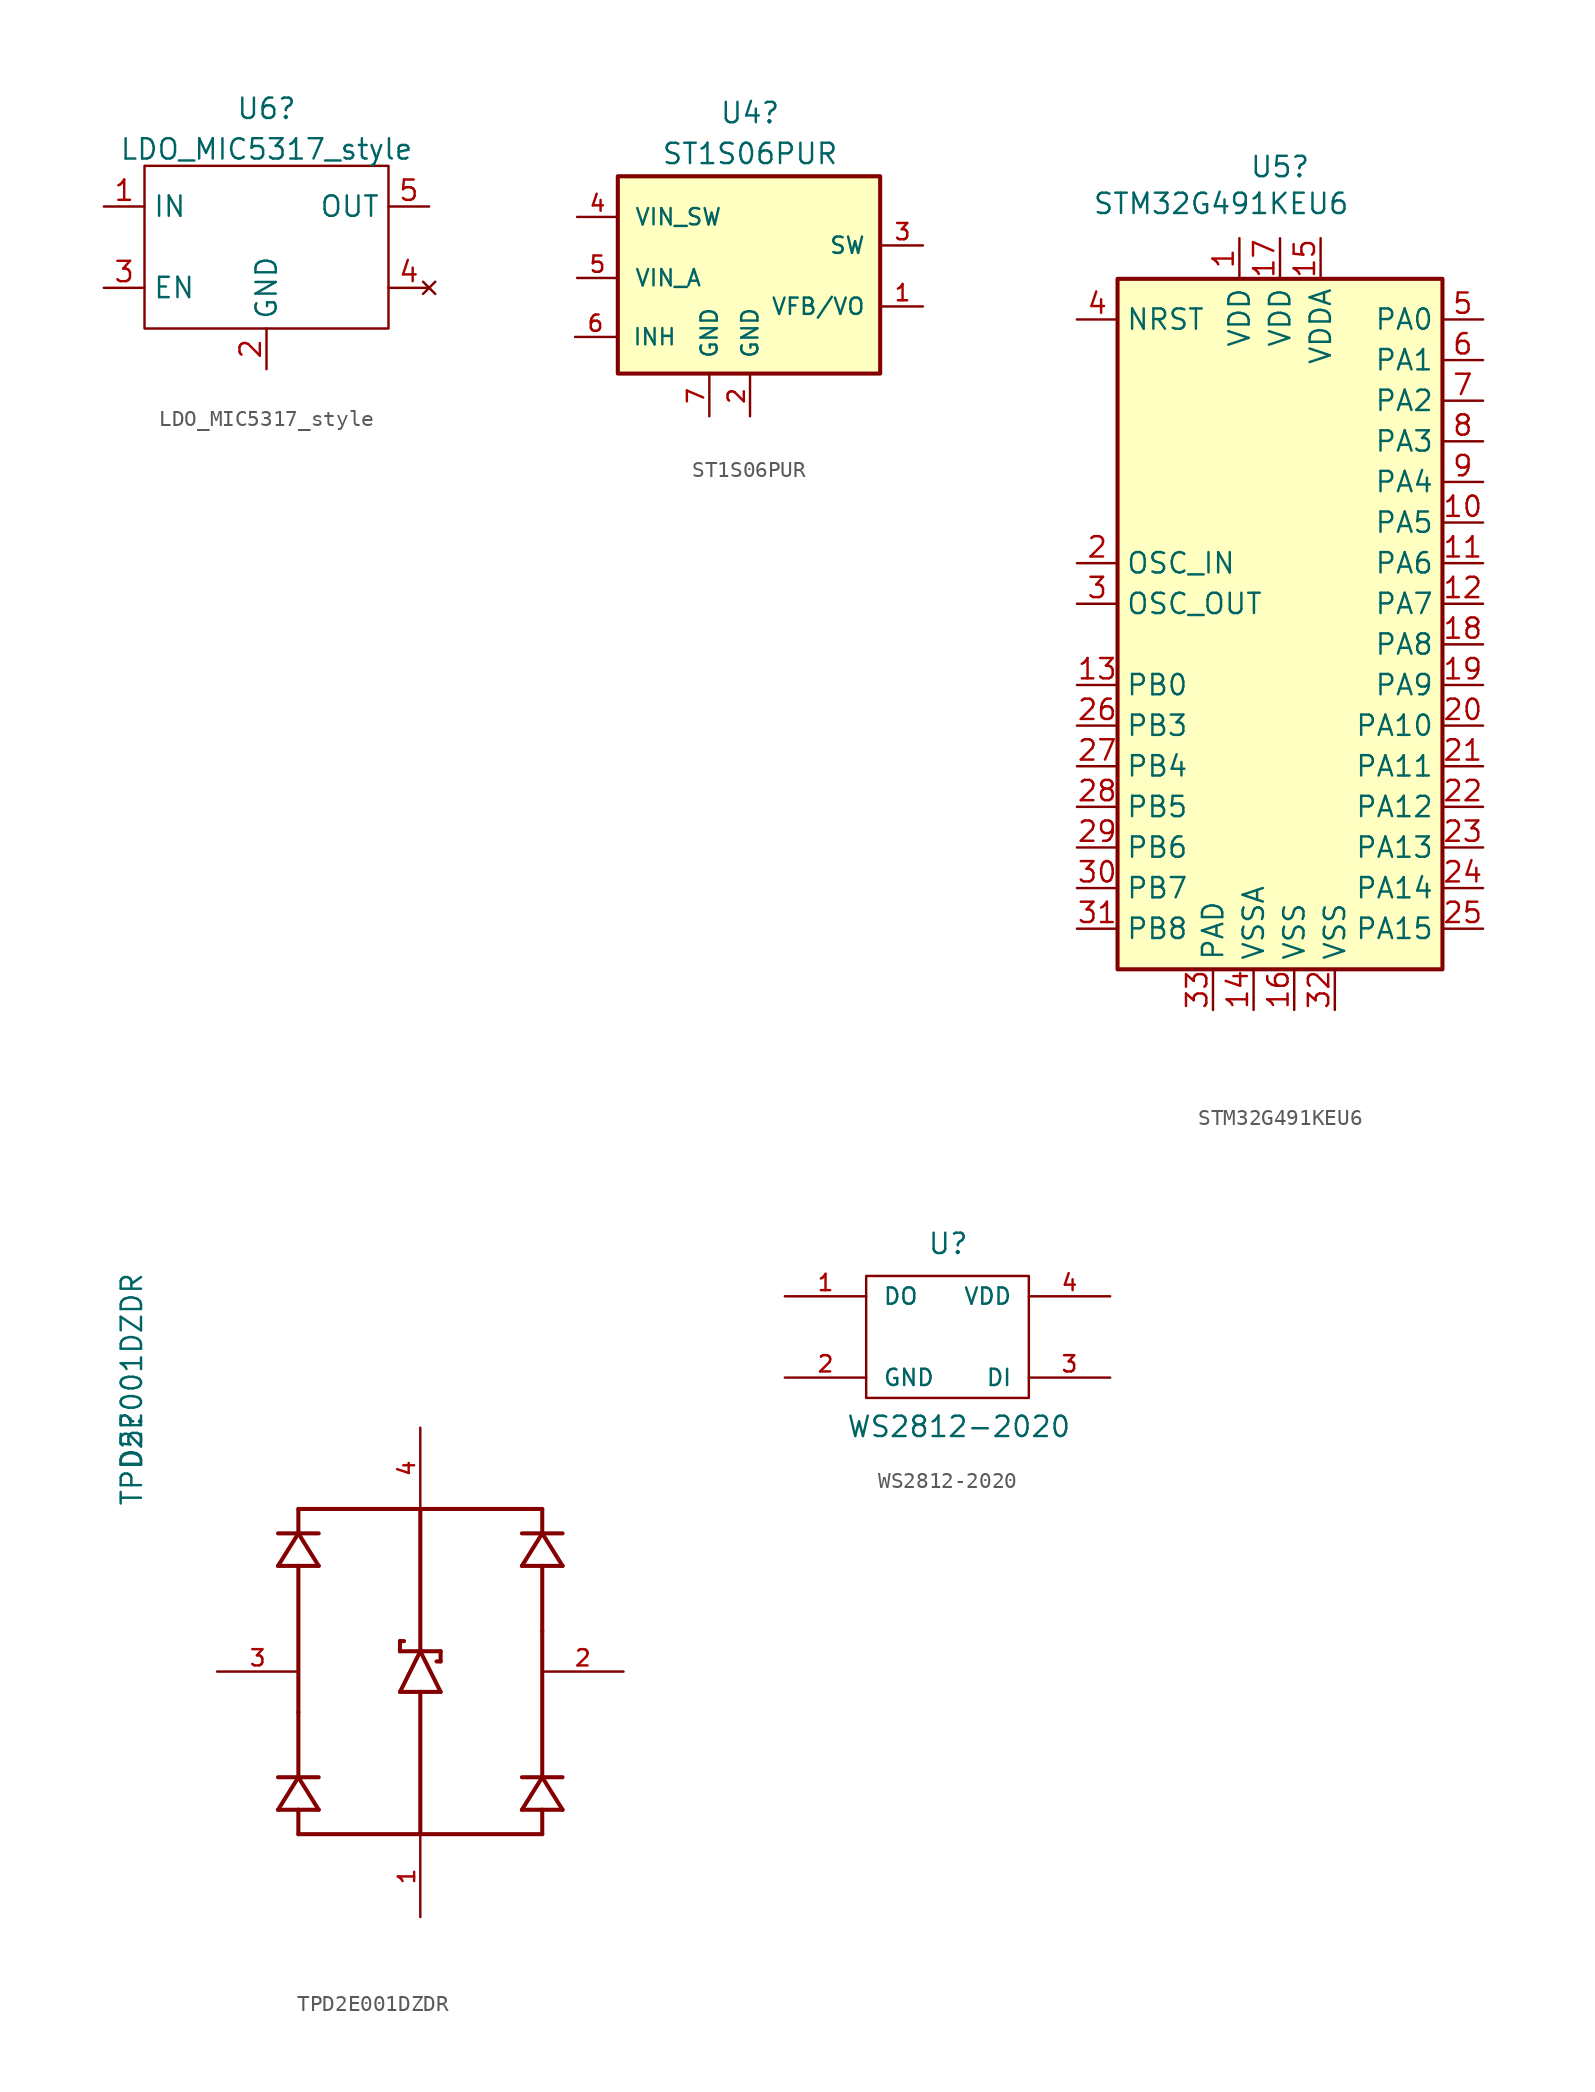
<source format=kicad_sym>
(kicad_symbol_lib
  (version 20211014)
  (generator kicad_symbol_editor)
  (symbol "LDO_MIC5317_style"
    (property "Reference" "U6"
      (at 0 8.653 0)
      (effects (font (size 1.27 1.27))))
    (property "Value" "LDO_MIC5317_style"
      (at 0 6.116 0)
      (effects (font (size 1.27 1.27))))
    (symbol "LDO_MIC5317_style_0_1"
      (rectangle (start -7.62 5.08) (end 7.62 -5.08) (stroke (width 0) (type default) (color 0 0 0 0)) (fill (type none))))
    (symbol "LDO_MIC5317_style_1_1"
      (pin input line (at -10.16 2.54 0) (length 2.54) (name "IN" (effects (font (size 1.27 1.27)))) (number "1" (effects (font (size 1.27 1.27)))))
      (pin passive line (at 0 -7.62 90) (length 2.54) (name "GND" (effects (font (size 1.27 1.27)))) (number "2" (effects (font (size 1.27 1.27)))))
      (pin input line (at -10.16 -2.54 0) (length 2.54) (name "EN" (effects (font (size 1.27 1.27)))) (number "3" (effects (font (size 1.27 1.27)))))
      (pin no_connect line (at 10.16 -2.54 180) (length 2.54) (name "" (effects (font (size 1.27 1.27)))) (number "4" (effects (font (size 1.27 1.27)))))
      (pin output line (at 10.16 2.54 180) (length 2.54) (name "OUT" (effects (font (size 1.27 1.27)))) (number "5" (effects (font (size 1.27 1.27)))))))
  (symbol "ST1S06PUR"
    (pin_names
      (offset 1.016))
    (property "Reference" "U4"
      (at 0 10.179 0)
      (effects (font (size 1.27 1.27))))
    (property "Value" "ST1S06PUR"
      (at 0 7.627 0)
      (effects (font (size 1.27 1.27))))
    (property "ki_locked" ""
      (at 0 0 0)
      (effects (font (size 1.27 1.27))))
    (symbol "ST1S06PUR_0_0"
      (rectangle (start -8.255 6.223) (end 8.128 -6.096) (stroke (width 0.254) (type default) (color 0 0 0 0)) (fill (type background)))
      (pin output line (at 10.795 -1.905 180) (length 2.54) (name "VFB/VO" (effects (font (size 1.016 1.016)))) (number "1" (effects (font (size 1.016 1.016)))))
      (pin power_in line (at 0 -8.763 90) (length 2.54) (name "GND" (effects (font (size 1.016 1.016)))) (number "2" (effects (font (size 1.016 1.016)))))
      (pin input line (at 10.795 1.905 180) (length 2.54) (name "SW" (effects (font (size 1.016 1.016)))) (number "3" (effects (font (size 1.016 1.016)))))
      (pin power_in line (at -10.795 3.683 0) (length 2.54) (name "VIN_SW" (effects (font (size 1.016 1.016)))) (number "4" (effects (font (size 1.016 1.016)))))
      (pin power_in line (at -10.795 -0.127 0) (length 2.54) (name "VIN_A" (effects (font (size 1.016 1.016)))) (number "5" (effects (font (size 1.016 1.016)))))
      (pin power_in line (at -10.922 -3.81 0) (length 2.54) (name "INH" (effects (font (size 1.016 1.016)))) (number "6" (effects (font (size 1.016 1.016)))))
      (pin power_in line (at -2.54 -8.763 90) (length 2.54) (name "GND" (effects (font (size 1.016 1.016)))) (number "7" (effects (font (size 1.016 1.016)))))))
  (symbol "STM32G491KEU6"
    (property "Reference" "U5"
      (at 0 27.324 0)
      (effects (font (size 1.27 1.27))))
    (property "Value" "STM32G491KEU6"
      (at -3.683 25.019 0)
      (effects (font (size 1.27 1.27))))
    (symbol "STM32G491KEU6_0_1"
      (rectangle (start -10.16 -22.86) (end 10.16 20.32) (stroke (width 0.254) (type default) (color 0 0 0 0)) (fill (type background))))
    (symbol "STM32G491KEU6_1_1"
      (pin power_in line (at -2.54 22.86 270) (length 2.54) (name "VDD" (effects (font (size 1.27 1.27)))) (number "1" (effects (font (size 1.27 1.27)))))
      (pin bidirectional line (at 12.7 5.08 180) (length 2.54) (name "PA5" (effects (font (size 1.27 1.27)))) (number "10" (effects (font (size 1.27 1.27)))))
      (pin bidirectional line (at 12.7 2.54 180) (length 2.54) (name "PA6" (effects (font (size 1.27 1.27)))) (number "11" (effects (font (size 1.27 1.27)))))
      (pin bidirectional line (at 12.7 0 180) (length 2.54) (name "PA7" (effects (font (size 1.27 1.27)))) (number "12" (effects (font (size 1.27 1.27)))))
      (pin bidirectional line (at -12.7 -5.08 0) (length 2.54) (name "PB0" (effects (font (size 1.27 1.27)))) (number "13" (effects (font (size 1.27 1.27)))))
      (pin power_in line (at -1.651 -25.4 90) (length 2.54) (name "VSSA" (effects (font (size 1.27 1.27)))) (number "14" (effects (font (size 1.27 1.27)))))
      (pin power_in line (at 2.54 22.86 270) (length 2.54) (name "VDDA" (effects (font (size 1.27 1.27)))) (number "15" (effects (font (size 1.27 1.27)))))
      (pin power_in line (at 0.889 -25.4 90) (length 2.54) (name "VSS" (effects (font (size 1.27 1.27)))) (number "16" (effects (font (size 1.27 1.27)))))
      (pin power_in line (at 0 22.86 270) (length 2.54) (name "VDD" (effects (font (size 1.27 1.27)))) (number "17" (effects (font (size 1.27 1.27)))))
      (pin bidirectional line (at 12.7 -2.54 180) (length 2.54) (name "PA8" (effects (font (size 1.27 1.27)))) (number "18" (effects (font (size 1.27 1.27)))))
      (pin bidirectional line (at 12.7 -5.08 180) (length 2.54) (name "PA9" (effects (font (size 1.27 1.27)))) (number "19" (effects (font (size 1.27 1.27)))))
      (pin bidirectional line (at -12.7 2.54 0) (length 2.54) (name "OSC_IN" (effects (font (size 1.27 1.27)))) (number "2" (effects (font (size 1.27 1.27)))))
      (pin bidirectional line (at 12.7 -7.62 180) (length 2.54) (name "PA10" (effects (font (size 1.27 1.27)))) (number "20" (effects (font (size 1.27 1.27)))))
      (pin bidirectional line (at 12.7 -10.16 180) (length 2.54) (name "PA11" (effects (font (size 1.27 1.27)))) (number "21" (effects (font (size 1.27 1.27)))))
      (pin bidirectional line (at 12.7 -12.7 180) (length 2.54) (name "PA12" (effects (font (size 1.27 1.27)))) (number "22" (effects (font (size 1.27 1.27)))))
      (pin bidirectional line (at 12.7 -15.24 180) (length 2.54) (name "PA13" (effects (font (size 1.27 1.27)))) (number "23" (effects (font (size 1.27 1.27)))))
      (pin bidirectional line (at 12.7 -17.78 180) (length 2.54) (name "PA14" (effects (font (size 1.27 1.27)))) (number "24" (effects (font (size 1.27 1.27)))))
      (pin bidirectional line (at 12.7 -20.32 180) (length 2.54) (name "PA15" (effects (font (size 1.27 1.27)))) (number "25" (effects (font (size 1.27 1.27)))))
      (pin bidirectional line (at -12.7 -7.62 0) (length 2.54) (name "PB3" (effects (font (size 1.27 1.27)))) (number "26" (effects (font (size 1.27 1.27)))))
      (pin bidirectional line (at -12.7 -10.16 0) (length 2.54) (name "PB4" (effects (font (size 1.27 1.27)))) (number "27" (effects (font (size 1.27 1.27)))))
      (pin bidirectional line (at -12.7 -12.7 0) (length 2.54) (name "PB5" (effects (font (size 1.27 1.27)))) (number "28" (effects (font (size 1.27 1.27)))))
      (pin bidirectional line (at -12.7 -15.24 0) (length 2.54) (name "PB6" (effects (font (size 1.27 1.27)))) (number "29" (effects (font (size 1.27 1.27)))))
      (pin bidirectional line (at -12.7 0 0) (length 2.54) (name "OSC_OUT" (effects (font (size 1.27 1.27)))) (number "3" (effects (font (size 1.27 1.27)))))
      (pin bidirectional line (at -12.7 -17.78 0) (length 2.54) (name "PB7" (effects (font (size 1.27 1.27)))) (number "30" (effects (font (size 1.27 1.27)))))
      (pin bidirectional line (at -12.7 -20.32 0) (length 2.54) (name "PB8" (effects (font (size 1.27 1.27)))) (number "31" (effects (font (size 1.27 1.27)))))
      (pin power_in line (at 3.429 -25.4 90) (length 2.54) (name "VSS" (effects (font (size 1.27 1.27)))) (number "32" (effects (font (size 1.27 1.27)))))
      (pin power_in line (at -4.191 -25.4 90) (length 2.54) (name "PAD" (effects (font (size 1.27 1.27)))) (number "33" (effects (font (size 1.27 1.27)))))
      (pin input line (at -12.7 17.78 0) (length 2.54) (name "NRST" (effects (font (size 1.27 1.27)))) (number "4" (effects (font (size 1.27 1.27)))))
      (pin bidirectional line (at 12.7 17.78 180) (length 2.54) (name "PA0" (effects (font (size 1.27 1.27)))) (number "5" (effects (font (size 1.27 1.27)))))
      (pin bidirectional line (at 12.7 15.24 180) (length 2.54) (name "PA1" (effects (font (size 1.27 1.27)))) (number "6" (effects (font (size 1.27 1.27)))))
      (pin bidirectional line (at 12.7 12.7 180) (length 2.54) (name "PA2" (effects (font (size 1.27 1.27)))) (number "7" (effects (font (size 1.27 1.27)))))
      (pin bidirectional line (at 12.7 10.16 180) (length 2.54) (name "PA3" (effects (font (size 1.27 1.27)))) (number "8" (effects (font (size 1.27 1.27)))))
      (pin bidirectional line (at 12.7 7.62 180) (length 2.54) (name "PA4" (effects (font (size 1.27 1.27)))) (number "9" (effects (font (size 1.27 1.27)))))))
  (symbol "TPD2E001DZDR"
    (pin_names
      (offset 1.016) hide)
    (property "Reference" "D5"
      (at -18.034 12.579 90)
      (effects (font (size 1.27 1.27)) (justify left)))
    (property "Value" "TPD2E001DZDR"
      (at -18.034 10.281 90)
      (effects (font (size 1.27 1.27)) (justify left)))
    (property "ki_locked" ""
      (at 0 0 0)
      (effects (font (size 1.27 1.27))))
    (symbol "TPD2E001DZDR_0_0"
      (polyline (pts (xy -8.89 -8.636) (xy -7.62 -8.636)) (stroke (width 0.254) (type default) (color 0 0 0 0)) (fill (type none)))
      (polyline (pts (xy -8.89 -6.604) (xy -7.62 -6.604)) (stroke (width 0.254) (type default) (color 0 0 0 0)) (fill (type none)))
      (polyline (pts (xy -8.89 6.604) (xy -7.62 6.604)) (stroke (width 0.254) (type default) (color 0 0 0 0)) (fill (type none)))
      (polyline (pts (xy -8.89 8.636) (xy -7.62 8.636)) (stroke (width 0.254) (type default) (color 0 0 0 0)) (fill (type none)))
      (polyline (pts (xy -7.62 -10.16) (xy -7.62 -8.636)) (stroke (width 0.254) (type default) (color 0 0 0 0)) (fill (type none)))
      (polyline (pts (xy -7.62 -10.16) (xy 0 -10.16)) (stroke (width 0.254) (type default) (color 0 0 0 0)) (fill (type none)))
      (polyline (pts (xy -7.62 -8.636) (xy -6.35 -8.636)) (stroke (width 0.254) (type default) (color 0 0 0 0)) (fill (type none)))
      (polyline (pts (xy -7.62 -6.604) (xy -8.89 -8.636)) (stroke (width 0.254) (type default) (color 0 0 0 0)) (fill (type none)))
      (polyline (pts (xy -7.62 -6.604) (xy -6.35 -6.604)) (stroke (width 0.254) (type default) (color 0 0 0 0)) (fill (type none)))
      (polyline (pts (xy -7.62 -2.54) (xy -7.62 -6.604)) (stroke (width 0.254) (type default) (color 0 0 0 0)) (fill (type none)))
      (polyline (pts (xy -7.62 6.604) (xy -7.62 -2.54)) (stroke (width 0.254) (type default) (color 0 0 0 0)) (fill (type none)))
      (polyline (pts (xy -7.62 6.604) (xy -6.35 6.604)) (stroke (width 0.254) (type default) (color 0 0 0 0)) (fill (type none)))
      (polyline (pts (xy -7.62 8.636) (xy -8.89 6.604)) (stroke (width 0.254) (type default) (color 0 0 0 0)) (fill (type none)))
      (polyline (pts (xy -7.62 8.636) (xy -7.62 10.16)) (stroke (width 0.254) (type default) (color 0 0 0 0)) (fill (type none)))
      (polyline (pts (xy -7.62 8.636) (xy -6.35 8.636)) (stroke (width 0.254) (type default) (color 0 0 0 0)) (fill (type none)))
      (polyline (pts (xy -7.62 10.16) (xy 0 10.16)) (stroke (width 0.254) (type default) (color 0 0 0 0)) (fill (type none)))
      (polyline (pts (xy -6.35 -8.636) (xy -7.62 -6.604)) (stroke (width 0.254) (type default) (color 0 0 0 0)) (fill (type none)))
      (polyline (pts (xy -6.35 6.604) (xy -7.62 8.636)) (stroke (width 0.254) (type default) (color 0 0 0 0)) (fill (type none)))
      (polyline (pts (xy -1.27 -1.27) (xy 0 -1.27)) (stroke (width 0.254) (type default) (color 0 0 0 0)) (fill (type none)))
      (polyline (pts (xy -1.27 1.27) (xy 0 1.27)) (stroke (width 0.254) (type default) (color 0 0 0 0)) (fill (type none)))
      (polyline (pts (xy -1.27 1.905) (xy -1.27 1.27)) (stroke (width 0.254) (type default) (color 0 0 0 0)) (fill (type none)))
      (polyline (pts (xy -1.27 1.905) (xy -1.016 1.905)) (stroke (width 0.254) (type default) (color 0 0 0 0)) (fill (type none)))
      (polyline (pts (xy 0 -10.16) (xy 7.62 -10.16)) (stroke (width 0.254) (type default) (color 0 0 0 0)) (fill (type none)))
      (polyline (pts (xy 0 -1.27) (xy 0 -10.16)) (stroke (width 0.254) (type default) (color 0 0 0 0)) (fill (type none)))
      (polyline (pts (xy 0 -1.27) (xy 1.27 -1.27)) (stroke (width 0.254) (type default) (color 0 0 0 0)) (fill (type none)))
      (polyline (pts (xy 0 1.27) (xy -1.27 -1.27)) (stroke (width 0.254) (type default) (color 0 0 0 0)) (fill (type none)))
      (polyline (pts (xy 0 1.27) (xy 0 10.16)) (stroke (width 0.254) (type default) (color 0 0 0 0)) (fill (type none)))
      (polyline (pts (xy 0 1.27) (xy 1.27 1.27)) (stroke (width 0.254) (type default) (color 0 0 0 0)) (fill (type none)))
      (polyline (pts (xy 0 10.16) (xy 7.62 10.16)) (stroke (width 0.254) (type default) (color 0 0 0 0)) (fill (type none)))
      (polyline (pts (xy 1.016 0.635) (xy 1.27 0.635)) (stroke (width 0.254) (type default) (color 0 0 0 0)) (fill (type none)))
      (polyline (pts (xy 1.27 -1.27) (xy 0 1.27)) (stroke (width 0.254) (type default) (color 0 0 0 0)) (fill (type none)))
      (polyline (pts (xy 1.27 1.27) (xy 1.27 0.635)) (stroke (width 0.254) (type default) (color 0 0 0 0)) (fill (type none)))
      (polyline (pts (xy 6.35 -8.636) (xy 7.62 -8.636)) (stroke (width 0.254) (type default) (color 0 0 0 0)) (fill (type none)))
      (polyline (pts (xy 6.35 -6.604) (xy 7.62 -6.604)) (stroke (width 0.254) (type default) (color 0 0 0 0)) (fill (type none)))
      (polyline (pts (xy 6.35 6.604) (xy 7.62 6.604)) (stroke (width 0.254) (type default) (color 0 0 0 0)) (fill (type none)))
      (polyline (pts (xy 6.35 8.636) (xy 7.62 8.636)) (stroke (width 0.254) (type default) (color 0 0 0 0)) (fill (type none)))
      (polyline (pts (xy 7.62 -10.16) (xy 7.62 -8.636)) (stroke (width 0.254) (type default) (color 0 0 0 0)) (fill (type none)))
      (polyline (pts (xy 7.62 -8.636) (xy 8.89 -8.636)) (stroke (width 0.254) (type default) (color 0 0 0 0)) (fill (type none)))
      (polyline (pts (xy 7.62 -6.604) (xy 6.35 -8.636)) (stroke (width 0.254) (type default) (color 0 0 0 0)) (fill (type none)))
      (polyline (pts (xy 7.62 -6.604) (xy 7.62 2.54)) (stroke (width 0.254) (type default) (color 0 0 0 0)) (fill (type none)))
      (polyline (pts (xy 7.62 -6.604) (xy 8.89 -6.604)) (stroke (width 0.254) (type default) (color 0 0 0 0)) (fill (type none)))
      (polyline (pts (xy 7.62 2.54) (xy 7.62 6.604)) (stroke (width 0.254) (type default) (color 0 0 0 0)) (fill (type none)))
      (polyline (pts (xy 7.62 6.604) (xy 8.89 6.604)) (stroke (width 0.254) (type default) (color 0 0 0 0)) (fill (type none)))
      (polyline (pts (xy 7.62 8.636) (xy 6.35 6.604)) (stroke (width 0.254) (type default) (color 0 0 0 0)) (fill (type none)))
      (polyline (pts (xy 7.62 8.636) (xy 7.62 10.16)) (stroke (width 0.254) (type default) (color 0 0 0 0)) (fill (type none)))
      (polyline (pts (xy 7.62 8.636) (xy 8.89 8.636)) (stroke (width 0.254) (type default) (color 0 0 0 0)) (fill (type none)))
      (polyline (pts (xy 8.89 -8.636) (xy 7.62 -6.604)) (stroke (width 0.254) (type default) (color 0 0 0 0)) (fill (type none)))
      (polyline (pts (xy 8.89 6.604) (xy 7.62 8.636)) (stroke (width 0.254) (type default) (color 0 0 0 0)) (fill (type none)))
      (pin power_in line (at 0 -15.342 90) (length 5.08) (name "~" (effects (font (size 1.016 1.016)))) (number "1" (effects (font (size 1.016 1.016)))))
      (pin bidirectional line (at 12.7 0 180) (length 5.08) (name "~" (effects (font (size 1.016 1.016)))) (number "2" (effects (font (size 1.016 1.016)))))
      (pin bidirectional line (at -12.7 0 0) (length 5.08) (name "~" (effects (font (size 1.016 1.016)))) (number "3" (effects (font (size 1.016 1.016)))))
      (pin power_in line (at 0 15.24 270) (length 5.08) (name "~" (effects (font (size 1.016 1.016)))) (number "4" (effects (font (size 1.016 1.016)))))))
  (symbol "WS2812-2020"
    (pin_names
      (offset 1.016))
    (property "Reference" "U"
      (at -1.27 5.08 0)
      (effects (font (size 1.27 1.27)) (justify left bottom)))
    (property "Value" "WS2812-2020"
      (at -6.35 -6.35 0)
      (effects (font (size 1.27 1.27)) (justify left bottom)))
    (property "ki_locked" ""
      (at 0 0 0)
      (effects (font (size 1.27 1.27))))
    (symbol "WS2812-2020_0_0"
      (pin output line (at -10.16 2.54 0) (length 5.08) (name "DO" (effects (font (size 1.016 1.016)))) (number "1" (effects (font (size 1.016 1.016)))))
      (pin power_in line (at -10.16 -2.54 0) (length 5.08) (name "GND" (effects (font (size 1.016 1.016)))) (number "2" (effects (font (size 1.016 1.016)))))
      (pin input line (at 10.16 -2.54 180) (length 5.08) (name "DI" (effects (font (size 1.016 1.016)))) (number "3" (effects (font (size 1.016 1.016)))))
      (pin power_in line (at 10.16 2.54 180) (length 5.08) (name "VDD" (effects (font (size 1.016 1.016)))) (number "4" (effects (font (size 1.016 1.016))))))
    (symbol "WS2812-2020_1_1"
      (polyline (pts (xy -5.08 3.81) (xy 5.08 3.81) (xy 5.08 -3.81) (xy -5.08 -3.81) (xy -5.08 3.81)) (stroke (width 0) (type default) (color 0 0 0 0)) (fill (type none))))))
</source>
